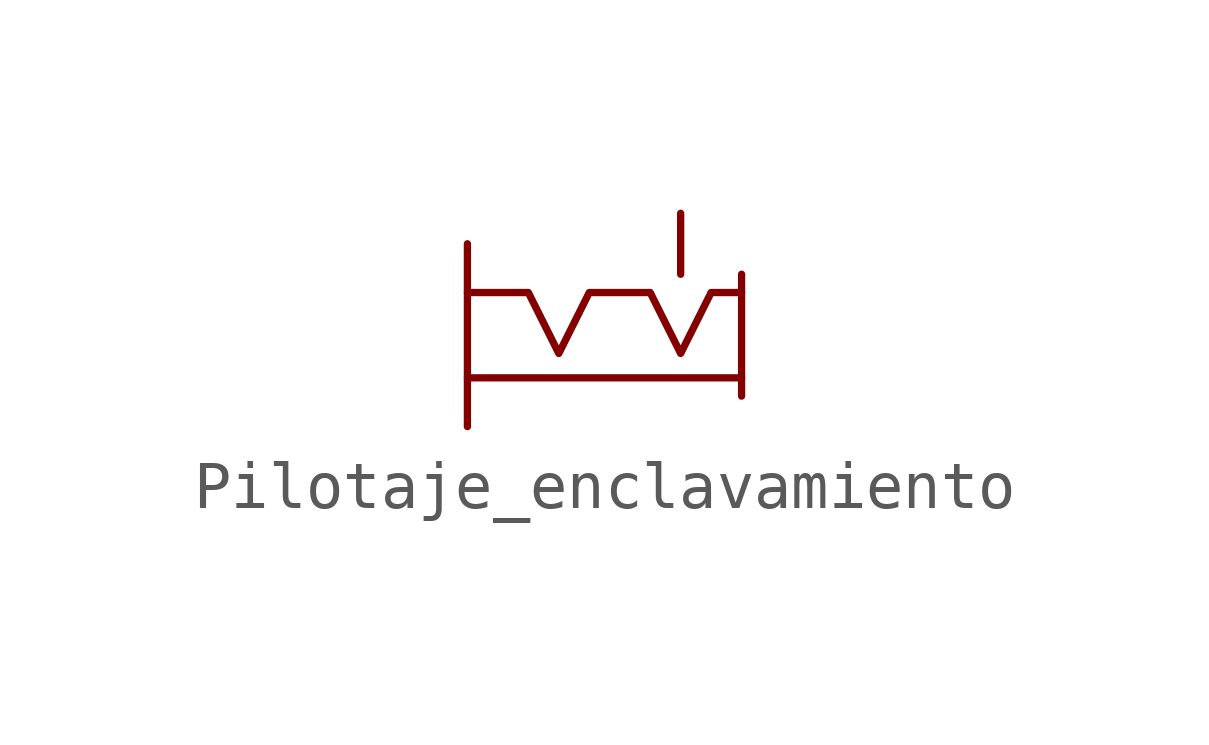
<source format=kicad_sym>
(kicad_symbol_lib
  (version 20211014)
  (generator kicad_symbol_editor)
  (symbol "Pilotaje_enclavamiento"
    (pin_names
      (offset 1.016))
    (property "Reference" "U"
      (at -3.175 0 0)
      (effects (font (size 1.27 1.27)) hide))
    (symbol "Pilotaje_enclavamiento_0_1"
      (polyline (pts (xy -3.175 1.905) (xy -3.175 -1.905)) (stroke (width 0) (type default) (color 0 0 0 0)) (fill (type none)))
      (polyline (pts (xy 1.27 2.54) (xy 1.27 1.27)) (stroke (width 0) (type default) (color 0 0 0 0)) (fill (type none)))
      (polyline (pts (xy 2.54 -0.889) (xy -3.175 -0.889)) (stroke (width 0) (type default) (color 0 0 0 0)) (fill (type none)))
      (polyline (pts (xy 2.54 1.27) (xy 2.54 -1.27)) (stroke (width 0) (type default) (color 0 0 0 0)) (fill (type none)))
      (polyline (pts (xy -3.175 0.889) (xy -1.905 0.889) (xy -1.27 -0.381) (xy -0.635 0.889) (xy 0.635 0.889) (xy 1.27 -0.381) (xy 1.905 0.889) (xy 2.54 0.889)) (stroke (width 0) (type default) (color 0 0 0 0)) (fill (type none))))))
</source>
